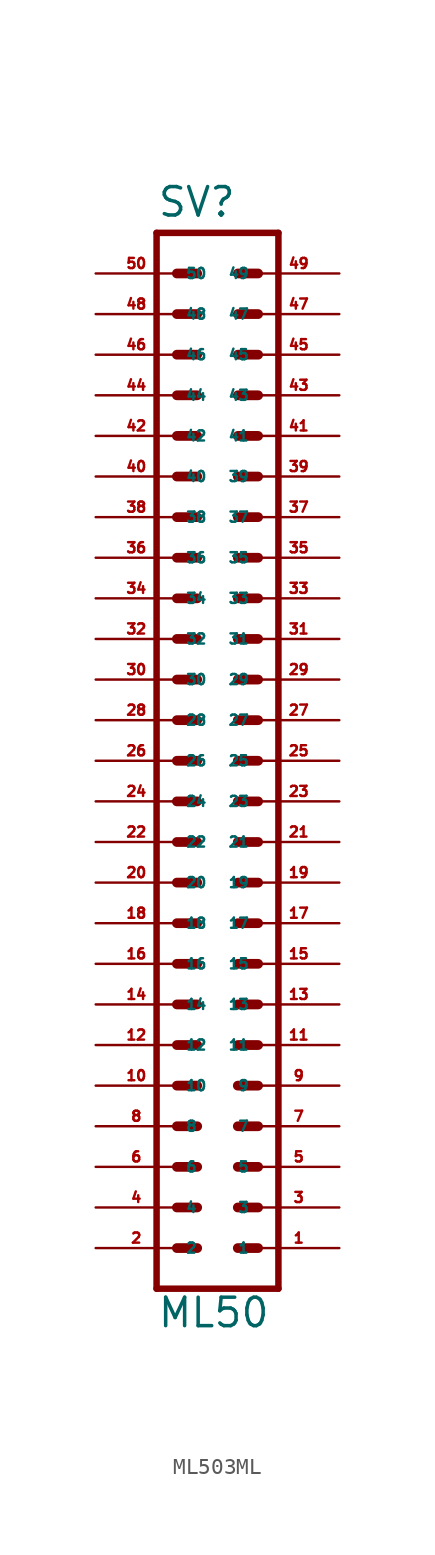
<source format=kicad_sym>
(kicad_symbol_lib
  (version 20220914)
  (generator Eagle2Kicad)
  (symbol "ML503ML"
    (property "Reference" "SV"
      (at -3.81 33.909 0)
      (effects (font (size 1.778 1.778) (thickness 0.22)) (justify left bottom)))
    (property "Value" "ML50"
      (at -3.81 -35.56 0)
      (effects (font (size 1.778 1.778) (thickness 0.22)) (justify left bottom)))
    (polyline
      (pts (xy 3.81 -33.02) (xy -3.81 -33.02))
      (stroke (width 0.406) (type default))
      (fill (type none)))
    (polyline
      (pts (xy -3.81 33.02) (xy -3.81 -33.02))
      (stroke (width 0.406) (type default))
      (fill (type none)))
    (polyline
      (pts (xy -3.81 33.02) (xy 3.81 33.02))
      (stroke (width 0.406) (type default))
      (fill (type none)))
    (polyline
      (pts (xy 3.81 -33.02) (xy 3.81 33.02))
      (stroke (width 0.406) (type default))
      (fill (type none)))
    (polyline
      (pts (xy 1.27 -20.32) (xy 2.54 -20.32))
      (stroke (width 0.61) (type default))
      (fill (type none)))
    (polyline
      (pts (xy 1.27 -22.86) (xy 2.54 -22.86))
      (stroke (width 0.61) (type default))
      (fill (type none)))
    (polyline
      (pts (xy 1.27 -25.4) (xy 2.54 -25.4))
      (stroke (width 0.61) (type default))
      (fill (type none)))
    (polyline
      (pts (xy 1.27 -27.94) (xy 2.54 -27.94))
      (stroke (width 0.61) (type default))
      (fill (type none)))
    (polyline
      (pts (xy 1.27 -30.48) (xy 2.54 -30.48))
      (stroke (width 0.61) (type default))
      (fill (type none)))
    (polyline
      (pts (xy -2.54 -20.32) (xy -1.27 -20.32))
      (stroke (width 0.61) (type default))
      (fill (type none)))
    (polyline
      (pts (xy -2.54 -22.86) (xy -1.27 -22.86))
      (stroke (width 0.61) (type default))
      (fill (type none)))
    (polyline
      (pts (xy -2.54 -25.4) (xy -1.27 -25.4))
      (stroke (width 0.61) (type default))
      (fill (type none)))
    (polyline
      (pts (xy -2.54 -27.94) (xy -1.27 -27.94))
      (stroke (width 0.61) (type default))
      (fill (type none)))
    (polyline
      (pts (xy -2.54 -30.48) (xy -1.27 -30.48))
      (stroke (width 0.61) (type default))
      (fill (type none)))
    (polyline
      (pts (xy 1.27 -17.78) (xy 2.54 -17.78))
      (stroke (width 0.61) (type default))
      (fill (type none)))
    (polyline
      (pts (xy 1.27 -15.24) (xy 2.54 -15.24))
      (stroke (width 0.61) (type default))
      (fill (type none)))
    (polyline
      (pts (xy 1.27 -12.7) (xy 2.54 -12.7))
      (stroke (width 0.61) (type default))
      (fill (type none)))
    (polyline
      (pts (xy 1.27 -10.16) (xy 2.54 -10.16))
      (stroke (width 0.61) (type default))
      (fill (type none)))
    (polyline
      (pts (xy 1.27 -7.62) (xy 2.54 -7.62))
      (stroke (width 0.61) (type default))
      (fill (type none)))
    (polyline
      (pts (xy -2.54 -17.78) (xy -1.27 -17.78))
      (stroke (width 0.61) (type default))
      (fill (type none)))
    (polyline
      (pts (xy -2.54 -15.24) (xy -1.27 -15.24))
      (stroke (width 0.61) (type default))
      (fill (type none)))
    (polyline
      (pts (xy -2.54 -12.7) (xy -1.27 -12.7))
      (stroke (width 0.61) (type default))
      (fill (type none)))
    (polyline
      (pts (xy -2.54 -10.16) (xy -1.27 -10.16))
      (stroke (width 0.61) (type default))
      (fill (type none)))
    (polyline
      (pts (xy -2.54 -7.62) (xy -1.27 -7.62))
      (stroke (width 0.61) (type default))
      (fill (type none)))
    (polyline
      (pts (xy 1.27 -5.08) (xy 2.54 -5.08))
      (stroke (width 0.61) (type default))
      (fill (type none)))
    (polyline
      (pts (xy 1.27 -2.54) (xy 2.54 -2.54))
      (stroke (width 0.61) (type default))
      (fill (type none)))
    (polyline
      (pts (xy 1.27 0) (xy 2.54 0))
      (stroke (width 0.61) (type default))
      (fill (type none)))
    (polyline
      (pts (xy -2.54 -5.08) (xy -1.27 -5.08))
      (stroke (width 0.61) (type default))
      (fill (type none)))
    (polyline
      (pts (xy -2.54 -2.54) (xy -1.27 -2.54))
      (stroke (width 0.61) (type default))
      (fill (type none)))
    (polyline
      (pts (xy -2.54 0) (xy -1.27 0))
      (stroke (width 0.61) (type default))
      (fill (type none)))
    (polyline
      (pts (xy 1.27 2.54) (xy 2.54 2.54))
      (stroke (width 0.61) (type default))
      (fill (type none)))
    (polyline
      (pts (xy 1.27 5.08) (xy 2.54 5.08))
      (stroke (width 0.61) (type default))
      (fill (type none)))
    (polyline
      (pts (xy 1.27 7.62) (xy 2.54 7.62))
      (stroke (width 0.61) (type default))
      (fill (type none)))
    (polyline
      (pts (xy 1.27 10.16) (xy 2.54 10.16))
      (stroke (width 0.61) (type default))
      (fill (type none)))
    (polyline
      (pts (xy 1.27 12.7) (xy 2.54 12.7))
      (stroke (width 0.61) (type default))
      (fill (type none)))
    (polyline
      (pts (xy 1.27 15.24) (xy 2.54 15.24))
      (stroke (width 0.61) (type default))
      (fill (type none)))
    (polyline
      (pts (xy 1.27 17.78) (xy 2.54 17.78))
      (stroke (width 0.61) (type default))
      (fill (type none)))
    (polyline
      (pts (xy -2.54 2.54) (xy -1.27 2.54))
      (stroke (width 0.61) (type default))
      (fill (type none)))
    (polyline
      (pts (xy -2.54 5.08) (xy -1.27 5.08))
      (stroke (width 0.61) (type default))
      (fill (type none)))
    (polyline
      (pts (xy -2.54 7.62) (xy -1.27 7.62))
      (stroke (width 0.61) (type default))
      (fill (type none)))
    (polyline
      (pts (xy -2.54 10.16) (xy -1.27 10.16))
      (stroke (width 0.61) (type default))
      (fill (type none)))
    (polyline
      (pts (xy -2.54 12.7) (xy -1.27 12.7))
      (stroke (width 0.61) (type default))
      (fill (type none)))
    (polyline
      (pts (xy -2.54 15.24) (xy -1.27 15.24))
      (stroke (width 0.61) (type default))
      (fill (type none)))
    (polyline
      (pts (xy -2.54 17.78) (xy -1.27 17.78))
      (stroke (width 0.61) (type default))
      (fill (type none)))
    (polyline
      (pts (xy -2.54 20.32) (xy -1.27 20.32))
      (stroke (width 0.61) (type default))
      (fill (type none)))
    (polyline
      (pts (xy -2.54 22.86) (xy -1.27 22.86))
      (stroke (width 0.61) (type default))
      (fill (type none)))
    (polyline
      (pts (xy -2.54 25.4) (xy -1.27 25.4))
      (stroke (width 0.61) (type default))
      (fill (type none)))
    (polyline
      (pts (xy 1.27 20.32) (xy 2.54 20.32))
      (stroke (width 0.61) (type default))
      (fill (type none)))
    (polyline
      (pts (xy 1.27 22.86) (xy 2.54 22.86))
      (stroke (width 0.61) (type default))
      (fill (type none)))
    (polyline
      (pts (xy 1.27 25.4) (xy 2.54 25.4))
      (stroke (width 0.61) (type default))
      (fill (type none)))
    (polyline
      (pts (xy -2.54 27.94) (xy -1.27 27.94))
      (stroke (width 0.61) (type default))
      (fill (type none)))
    (polyline
      (pts (xy -2.54 30.48) (xy -1.27 30.48))
      (stroke (width 0.61) (type default))
      (fill (type none)))
    (polyline
      (pts (xy 1.27 27.94) (xy 2.54 27.94))
      (stroke (width 0.61) (type default))
      (fill (type none)))
    (polyline
      (pts (xy 1.27 30.48) (xy 2.54 30.48))
      (stroke (width 0.61) (type default))
      (fill (type none)))
    (pin passive line
      (at 7.62 -30.48 180)
      (length 5.08)
      (name "1" (effects (font (size 0.635 0.635) (thickness 0.08)) (justify left bottom)))
      (number "1" (effects (font (size 0.635 0.635) (thickness 0.08)) (justify left bottom))))
    (pin passive line
      (at 7.62 -27.94 180)
      (length 5.08)
      (name "3" (effects (font (size 0.635 0.635) (thickness 0.08)) (justify left bottom)))
      (number "3" (effects (font (size 0.635 0.635) (thickness 0.08)) (justify left bottom))))
    (pin passive line
      (at 7.62 -25.4 180)
      (length 5.08)
      (name "5" (effects (font (size 0.635 0.635) (thickness 0.08)) (justify left bottom)))
      (number "5" (effects (font (size 0.635 0.635) (thickness 0.08)) (justify left bottom))))
    (pin passive line
      (at 7.62 -22.86 180)
      (length 5.08)
      (name "7" (effects (font (size 0.635 0.635) (thickness 0.08)) (justify left bottom)))
      (number "7" (effects (font (size 0.635 0.635) (thickness 0.08)) (justify left bottom))))
    (pin passive line
      (at 7.62 -20.32 180)
      (length 5.08)
      (name "9" (effects (font (size 0.635 0.635) (thickness 0.08)) (justify left bottom)))
      (number "9" (effects (font (size 0.635 0.635) (thickness 0.08)) (justify left bottom))))
    (pin passive line
      (at 7.62 -17.78 180)
      (length 5.08)
      (name "11" (effects (font (size 0.635 0.635) (thickness 0.08)) (justify left bottom)))
      (number "11" (effects (font (size 0.635 0.635) (thickness 0.08)) (justify left bottom))))
    (pin passive line
      (at 7.62 -15.24 180)
      (length 5.08)
      (name "13" (effects (font (size 0.635 0.635) (thickness 0.08)) (justify left bottom)))
      (number "13" (effects (font (size 0.635 0.635) (thickness 0.08)) (justify left bottom))))
    (pin passive line
      (at 7.62 -12.7 180)
      (length 5.08)
      (name "15" (effects (font (size 0.635 0.635) (thickness 0.08)) (justify left bottom)))
      (number "15" (effects (font (size 0.635 0.635) (thickness 0.08)) (justify left bottom))))
    (pin passive line
      (at 7.62 -10.16 180)
      (length 5.08)
      (name "17" (effects (font (size 0.635 0.635) (thickness 0.08)) (justify left bottom)))
      (number "17" (effects (font (size 0.635 0.635) (thickness 0.08)) (justify left bottom))))
    (pin passive line
      (at 7.62 -7.62 180)
      (length 5.08)
      (name "19" (effects (font (size 0.635 0.635) (thickness 0.08)) (justify left bottom)))
      (number "19" (effects (font (size 0.635 0.635) (thickness 0.08)) (justify left bottom))))
    (pin passive line
      (at 7.62 -5.08 180)
      (length 5.08)
      (name "21" (effects (font (size 0.635 0.635) (thickness 0.08)) (justify left bottom)))
      (number "21" (effects (font (size 0.635 0.635) (thickness 0.08)) (justify left bottom))))
    (pin passive line
      (at 7.62 -2.54 180)
      (length 5.08)
      (name "23" (effects (font (size 0.635 0.635) (thickness 0.08)) (justify left bottom)))
      (number "23" (effects (font (size 0.635 0.635) (thickness 0.08)) (justify left bottom))))
    (pin passive line
      (at 7.62 0 180)
      (length 5.08)
      (name "25" (effects (font (size 0.635 0.635) (thickness 0.08)) (justify left bottom)))
      (number "25" (effects (font (size 0.635 0.635) (thickness 0.08)) (justify left bottom))))
    (pin passive line
      (at 7.62 2.54 180)
      (length 5.08)
      (name "27" (effects (font (size 0.635 0.635) (thickness 0.08)) (justify left bottom)))
      (number "27" (effects (font (size 0.635 0.635) (thickness 0.08)) (justify left bottom))))
    (pin passive line
      (at 7.62 5.08 180)
      (length 5.08)
      (name "29" (effects (font (size 0.635 0.635) (thickness 0.08)) (justify left bottom)))
      (number "29" (effects (font (size 0.635 0.635) (thickness 0.08)) (justify left bottom))))
    (pin passive line
      (at 7.62 7.62 180)
      (length 5.08)
      (name "31" (effects (font (size 0.635 0.635) (thickness 0.08)) (justify left bottom)))
      (number "31" (effects (font (size 0.635 0.635) (thickness 0.08)) (justify left bottom))))
    (pin passive line
      (at 7.62 10.16 180)
      (length 5.08)
      (name "33" (effects (font (size 0.635 0.635) (thickness 0.08)) (justify left bottom)))
      (number "33" (effects (font (size 0.635 0.635) (thickness 0.08)) (justify left bottom))))
    (pin passive line
      (at 7.62 12.7 180)
      (length 5.08)
      (name "35" (effects (font (size 0.635 0.635) (thickness 0.08)) (justify left bottom)))
      (number "35" (effects (font (size 0.635 0.635) (thickness 0.08)) (justify left bottom))))
    (pin passive line
      (at 7.62 15.24 180)
      (length 5.08)
      (name "37" (effects (font (size 0.635 0.635) (thickness 0.08)) (justify left bottom)))
      (number "37" (effects (font (size 0.635 0.635) (thickness 0.08)) (justify left bottom))))
    (pin passive line
      (at 7.62 17.78 180)
      (length 5.08)
      (name "39" (effects (font (size 0.635 0.635) (thickness 0.08)) (justify left bottom)))
      (number "39" (effects (font (size 0.635 0.635) (thickness 0.08)) (justify left bottom))))
    (pin passive line
      (at -7.62 -30.48 0)
      (length 5.08)
      (name "2" (effects (font (size 0.635 0.635) (thickness 0.08)) (justify left bottom)))
      (number "2" (effects (font (size 0.635 0.635) (thickness 0.08)) (justify left bottom))))
    (pin passive line
      (at -7.62 -27.94 0)
      (length 5.08)
      (name "4" (effects (font (size 0.635 0.635) (thickness 0.08)) (justify left bottom)))
      (number "4" (effects (font (size 0.635 0.635) (thickness 0.08)) (justify left bottom))))
    (pin passive line
      (at -7.62 -25.4 0)
      (length 5.08)
      (name "6" (effects (font (size 0.635 0.635) (thickness 0.08)) (justify left bottom)))
      (number "6" (effects (font (size 0.635 0.635) (thickness 0.08)) (justify left bottom))))
    (pin passive line
      (at -7.62 -22.86 0)
      (length 5.08)
      (name "8" (effects (font (size 0.635 0.635) (thickness 0.08)) (justify left bottom)))
      (number "8" (effects (font (size 0.635 0.635) (thickness 0.08)) (justify left bottom))))
    (pin passive line
      (at -7.62 -20.32 0)
      (length 5.08)
      (name "10" (effects (font (size 0.635 0.635) (thickness 0.08)) (justify left bottom)))
      (number "10" (effects (font (size 0.635 0.635) (thickness 0.08)) (justify left bottom))))
    (pin passive line
      (at -7.62 -17.78 0)
      (length 5.08)
      (name "12" (effects (font (size 0.635 0.635) (thickness 0.08)) (justify left bottom)))
      (number "12" (effects (font (size 0.635 0.635) (thickness 0.08)) (justify left bottom))))
    (pin passive line
      (at -7.62 -15.24 0)
      (length 5.08)
      (name "14" (effects (font (size 0.635 0.635) (thickness 0.08)) (justify left bottom)))
      (number "14" (effects (font (size 0.635 0.635) (thickness 0.08)) (justify left bottom))))
    (pin passive line
      (at -7.62 -12.7 0)
      (length 5.08)
      (name "16" (effects (font (size 0.635 0.635) (thickness 0.08)) (justify left bottom)))
      (number "16" (effects (font (size 0.635 0.635) (thickness 0.08)) (justify left bottom))))
    (pin passive line
      (at -7.62 -10.16 0)
      (length 5.08)
      (name "18" (effects (font (size 0.635 0.635) (thickness 0.08)) (justify left bottom)))
      (number "18" (effects (font (size 0.635 0.635) (thickness 0.08)) (justify left bottom))))
    (pin passive line
      (at -7.62 -7.62 0)
      (length 5.08)
      (name "20" (effects (font (size 0.635 0.635) (thickness 0.08)) (justify left bottom)))
      (number "20" (effects (font (size 0.635 0.635) (thickness 0.08)) (justify left bottom))))
    (pin passive line
      (at -7.62 -5.08 0)
      (length 5.08)
      (name "22" (effects (font (size 0.635 0.635) (thickness 0.08)) (justify left bottom)))
      (number "22" (effects (font (size 0.635 0.635) (thickness 0.08)) (justify left bottom))))
    (pin passive line
      (at -7.62 -2.54 0)
      (length 5.08)
      (name "24" (effects (font (size 0.635 0.635) (thickness 0.08)) (justify left bottom)))
      (number "24" (effects (font (size 0.635 0.635) (thickness 0.08)) (justify left bottom))))
    (pin passive line
      (at -7.62 0 0)
      (length 5.08)
      (name "26" (effects (font (size 0.635 0.635) (thickness 0.08)) (justify left bottom)))
      (number "26" (effects (font (size 0.635 0.635) (thickness 0.08)) (justify left bottom))))
    (pin passive line
      (at -7.62 2.54 0)
      (length 5.08)
      (name "28" (effects (font (size 0.635 0.635) (thickness 0.08)) (justify left bottom)))
      (number "28" (effects (font (size 0.635 0.635) (thickness 0.08)) (justify left bottom))))
    (pin passive line
      (at -7.62 5.08 0)
      (length 5.08)
      (name "30" (effects (font (size 0.635 0.635) (thickness 0.08)) (justify left bottom)))
      (number "30" (effects (font (size 0.635 0.635) (thickness 0.08)) (justify left bottom))))
    (pin passive line
      (at -7.62 7.62 0)
      (length 5.08)
      (name "32" (effects (font (size 0.635 0.635) (thickness 0.08)) (justify left bottom)))
      (number "32" (effects (font (size 0.635 0.635) (thickness 0.08)) (justify left bottom))))
    (pin passive line
      (at -7.62 10.16 0)
      (length 5.08)
      (name "34" (effects (font (size 0.635 0.635) (thickness 0.08)) (justify left bottom)))
      (number "34" (effects (font (size 0.635 0.635) (thickness 0.08)) (justify left bottom))))
    (pin passive line
      (at -7.62 12.7 0)
      (length 5.08)
      (name "36" (effects (font (size 0.635 0.635) (thickness 0.08)) (justify left bottom)))
      (number "36" (effects (font (size 0.635 0.635) (thickness 0.08)) (justify left bottom))))
    (pin passive line
      (at -7.62 15.24 0)
      (length 5.08)
      (name "38" (effects (font (size 0.635 0.635) (thickness 0.08)) (justify left bottom)))
      (number "38" (effects (font (size 0.635 0.635) (thickness 0.08)) (justify left bottom))))
    (pin passive line
      (at -7.62 17.78 0)
      (length 5.08)
      (name "40" (effects (font (size 0.635 0.635) (thickness 0.08)) (justify left bottom)))
      (number "40" (effects (font (size 0.635 0.635) (thickness 0.08)) (justify left bottom))))
    (pin passive line
      (at 7.62 20.32 180)
      (length 5.08)
      (name "41" (effects (font (size 0.635 0.635) (thickness 0.08)) (justify left bottom)))
      (number "41" (effects (font (size 0.635 0.635) (thickness 0.08)) (justify left bottom))))
    (pin passive line
      (at 7.62 22.86 180)
      (length 5.08)
      (name "43" (effects (font (size 0.635 0.635) (thickness 0.08)) (justify left bottom)))
      (number "43" (effects (font (size 0.635 0.635) (thickness 0.08)) (justify left bottom))))
    (pin passive line
      (at 7.62 25.4 180)
      (length 5.08)
      (name "45" (effects (font (size 0.635 0.635) (thickness 0.08)) (justify left bottom)))
      (number "45" (effects (font (size 0.635 0.635) (thickness 0.08)) (justify left bottom))))
    (pin passive line
      (at 7.62 27.94 180)
      (length 5.08)
      (name "47" (effects (font (size 0.635 0.635) (thickness 0.08)) (justify left bottom)))
      (number "47" (effects (font (size 0.635 0.635) (thickness 0.08)) (justify left bottom))))
    (pin passive line
      (at 7.62 30.48 180)
      (length 5.08)
      (name "49" (effects (font (size 0.635 0.635) (thickness 0.08)) (justify left bottom)))
      (number "49" (effects (font (size 0.635 0.635) (thickness 0.08)) (justify left bottom))))
    (pin passive line
      (at -7.62 20.32 0)
      (length 5.08)
      (name "42" (effects (font (size 0.635 0.635) (thickness 0.08)) (justify left bottom)))
      (number "42" (effects (font (size 0.635 0.635) (thickness 0.08)) (justify left bottom))))
    (pin passive line
      (at -7.62 22.86 0)
      (length 5.08)
      (name "44" (effects (font (size 0.635 0.635) (thickness 0.08)) (justify left bottom)))
      (number "44" (effects (font (size 0.635 0.635) (thickness 0.08)) (justify left bottom))))
    (pin passive line
      (at -7.62 25.4 0)
      (length 5.08)
      (name "46" (effects (font (size 0.635 0.635) (thickness 0.08)) (justify left bottom)))
      (number "46" (effects (font (size 0.635 0.635) (thickness 0.08)) (justify left bottom))))
    (pin passive line
      (at -7.62 27.94 0)
      (length 5.08)
      (name "48" (effects (font (size 0.635 0.635) (thickness 0.08)) (justify left bottom)))
      (number "48" (effects (font (size 0.635 0.635) (thickness 0.08)) (justify left bottom))))
    (pin passive line
      (at -7.62 30.48 0)
      (length 5.08)
      (name "50" (effects (font (size 0.635 0.635) (thickness 0.08)) (justify left bottom)))
      (number "50" (effects (font (size 0.635 0.635) (thickness 0.08)) (justify left bottom))))))
</source>
